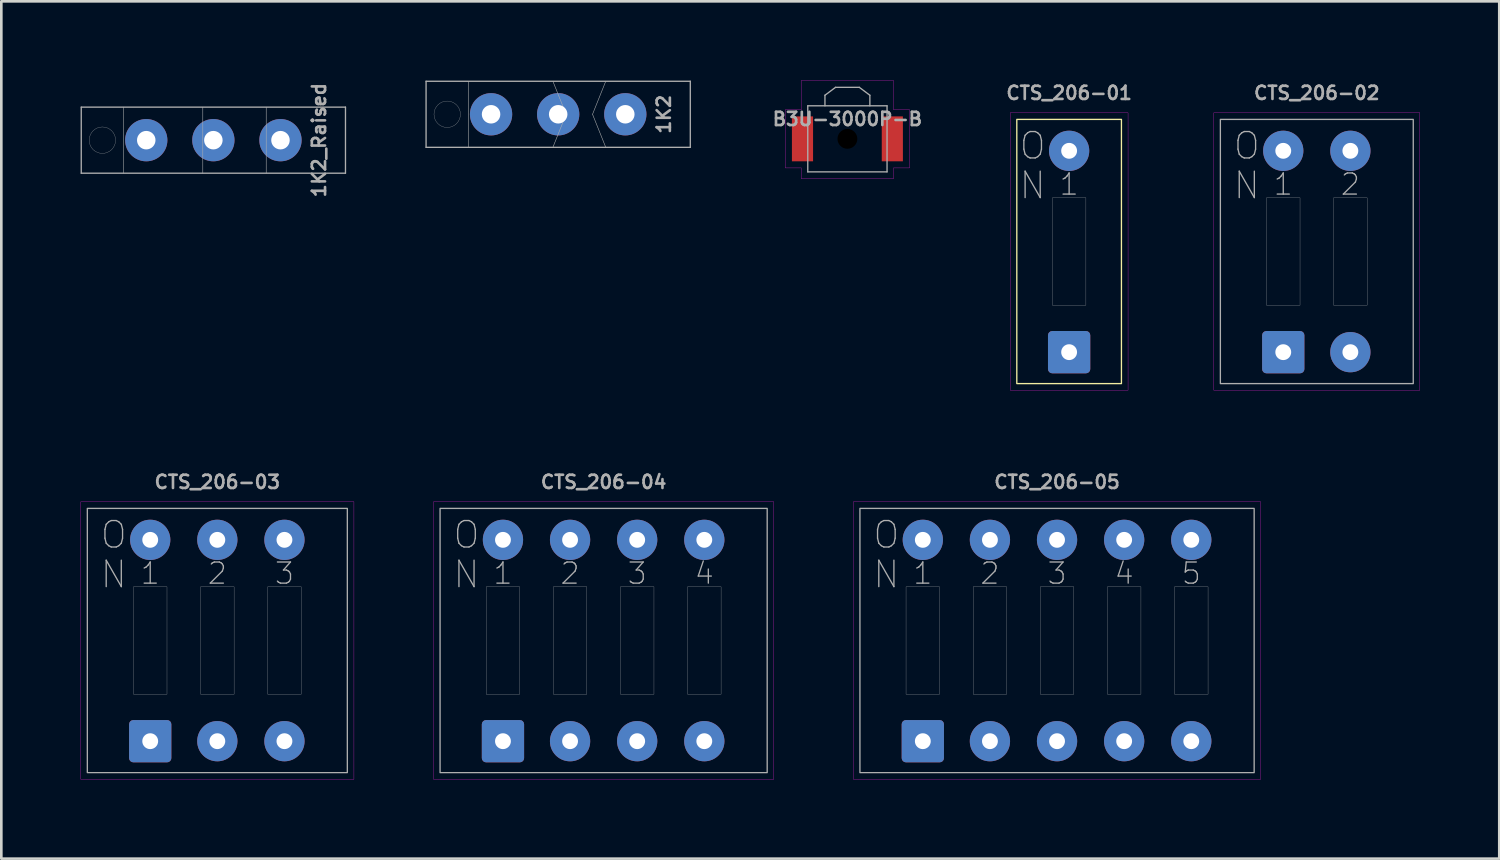
<source format=kicad_pcb>
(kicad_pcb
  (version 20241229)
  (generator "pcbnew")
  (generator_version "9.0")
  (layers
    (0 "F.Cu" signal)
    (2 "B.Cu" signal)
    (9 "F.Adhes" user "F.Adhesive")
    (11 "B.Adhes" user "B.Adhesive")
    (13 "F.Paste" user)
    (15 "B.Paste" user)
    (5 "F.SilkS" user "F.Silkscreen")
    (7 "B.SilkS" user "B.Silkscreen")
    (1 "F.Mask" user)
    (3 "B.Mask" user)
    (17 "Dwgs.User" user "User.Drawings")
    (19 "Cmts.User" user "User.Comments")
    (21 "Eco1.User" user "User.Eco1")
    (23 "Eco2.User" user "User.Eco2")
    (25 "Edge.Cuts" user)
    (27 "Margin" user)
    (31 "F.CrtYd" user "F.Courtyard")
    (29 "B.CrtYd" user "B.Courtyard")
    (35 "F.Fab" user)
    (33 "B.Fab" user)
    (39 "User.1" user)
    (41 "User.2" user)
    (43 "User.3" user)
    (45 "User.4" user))
  (footprint "1K2_Raised"
    (layer "F.Cu")
    (at 5.025 2.255)
    (property "Reference" "1K2_Raised" (at 4 0 90) (layer "F.Fab") (effects (font (size 0.5 0.5) (thickness 0.1))))
    (attr through_hole)
    (fp_line (start -5 -1.25) (end -5 1.25) (stroke (width 0.05) (type solid)) (layer "F.Fab"))
    (fp_line (start -5 1.25) (end 5 1.25) (stroke (width 0.05) (type solid)) (layer "F.Fab"))
    (fp_line (start -3.4 -1.25) (end -3.4 1.25) (stroke (width 0.02) (type solid)) (layer "F.Fab"))
    (fp_line (start -0.4 -1.25) (end -0.4 1.25) (stroke (width 0.02) (type solid)) (layer "F.Fab"))
    (fp_line (start 2 1.25) (end 2 -1.25) (stroke (width 0.02) (type solid)) (layer "F.Fab"))
    (fp_line (start 5 -1.25) (end -5 -1.25) (stroke (width 0.05) (type solid)) (layer "F.Fab"))
    (fp_line (start 5 1.25) (end 5 -1.25) (stroke (width 0.05) (type solid)) (layer "F.Fab"))
    (fp_circle (center -4.2 0) (end -3.7 0) (stroke (width 0.01) (type solid)) (fill no) (layer "F.Fab"))
    (pad "1" thru_hole circle (at 0 0) (size 1.6 1.6) (drill 0.7) (layers "*.Cu" "*.Mask"))
    (pad "2" thru_hole circle (at 2.54 0) (size 1.6 1.6) (drill 0.7) (layers "*.Cu" "*.Mask"))
    (pad "3" thru_hole circle (at -2.54 0) (size 1.6 1.6) (drill 0.7) (layers "*.Cu" "*.Mask")))
  (footprint "CTS_206-05"
    (layer "F.Cu")
    (at 36.955 21.191)
    (property "Reference" "CTS_206-05" (at 0 -6 0) (layer "F.Fab") (effects (font (size 0.5 0.5) (thickness 0.1))))
    (attr through_hole)
    (fp_rect (start -7.71 -5.25) (end 7.71 5.25) (stroke (width 0.01) (type solid)) (fill no) (layer "F.CrtYd"))
    (fp_line (start -5.715 0) (end -4.445 0) (stroke (width 0.000254) (type solid)) (layer "F.Fab"))
    (fp_line (start -3.175 0) (end -1.905 0) (stroke (width 0.000254) (type solid)) (layer "F.Fab"))
    (fp_line (start -0.635 0) (end 0.635 0) (stroke (width 0.000254) (type solid)) (layer "F.Fab"))
    (fp_line (start 1.905 0) (end 3.175 0) (stroke (width 0.000254) (type solid)) (layer "F.Fab"))
    (fp_line (start 4.445 0) (end 5.715 0) (stroke (width 0.000254) (type solid)) (layer "F.Fab"))
    (fp_rect (start -7.46 -5) (end 7.46 5) (stroke (width 0.05) (type solid)) (fill no) (layer "F.Fab"))
    (fp_rect (start -5.715 -2.032) (end -4.445 2.032) (stroke (width 0.01) (type solid)) (fill no) (layer "F.Fab"))
    (fp_rect (start -3.175 -2.032) (end -1.905 2.032) (stroke (width 0.01) (type solid)) (fill no) (layer "F.Fab"))
    (fp_rect (start -0.635 -2.032) (end 0.635 2.032) (stroke (width 0.01) (type solid)) (fill no) (layer "F.Fab"))
    (fp_rect (start 1.905 -2.032) (end 3.175 2.032) (stroke (width 0.01) (type solid)) (fill no) (layer "F.Fab"))
    (fp_rect (start 4.445 -2.032) (end 5.715 2.032) (stroke (width 0.01) (type solid)) (fill no) (layer "F.Fab"))
    (fp_text user "1" (at -5.08 -2.54 0) (unlocked yes) (layer "F.Fab") (effects (font (size 0.8 0.8) (thickness 0.05))))
    (fp_text user "O" (at -6.46 -4 0) (unlocked yes) (layer "F.Fab") (effects (font (size 1 1) (thickness 0.05))))
    (fp_text user "2" (at -2.54 -2.54 0) (unlocked yes) (layer "F.Fab") (effects (font (size 0.8 0.8) (thickness 0.05))))
    (fp_text user "N" (at -6.46 -2.5 0) (unlocked yes) (layer "F.Fab") (effects (font (size 1 1) (thickness 0.05))))
    (fp_text user "4" (at 2.54 -2.54 0) (unlocked yes) (layer "F.Fab") (effects (font (size 0.8 0.8) (thickness 0.05))))
    (fp_text user "5" (at 5.08 -2.54 0) (unlocked yes) (layer "F.Fab") (effects (font (size 0.8 0.8) (thickness 0.05))))
    (fp_text user "3" (at 0 -2.54 0) (unlocked yes) (layer "F.Fab") (effects (font (size 0.8 0.8) (thickness 0.05))))
    (pad "1" thru_hole roundrect (at -5.08 3.81) (size 1.6 1.6) (drill 0.6) (layers "*.Cu" "*.Mask") (roundrect_rratio 0.1))
    (pad "2" thru_hole circle (at -2.54 3.81) (size 1.524 1.524) (drill 0.6) (layers "*.Cu" "*.Mask"))
    (pad "3" thru_hole circle (at 0 3.81) (size 1.524 1.524) (drill 0.6) (layers "*.Cu" "*.Mask"))
    (pad "4" thru_hole circle (at 2.54 3.81) (size 1.524 1.524) (drill 0.6) (layers "*.Cu" "*.Mask"))
    (pad "5" thru_hole circle (at 5.08 3.81) (size 1.524 1.524) (drill 0.6) (layers "*.Cu" "*.Mask"))
    (pad "6" thru_hole circle (at 5.08 -3.81) (size 1.524 1.524) (drill 0.6) (layers "*.Cu" "*.Mask"))
    (pad "7" thru_hole circle (at 2.54 -3.81) (size 1.524 1.524) (drill 0.6) (layers "*.Cu" "*.Mask"))
    (pad "8" thru_hole circle (at 0 -3.81) (size 1.524 1.524) (drill 0.6) (layers "*.Cu" "*.Mask"))
    (pad "9" thru_hole circle (at -2.54 -3.81) (size 1.524 1.524) (drill 0.6) (layers "*.Cu" "*.Mask"))
    (pad "10" thru_hole circle (at -5.08 -3.81) (size 1.524 1.524) (drill 0.6) (layers "*.Cu" "*.Mask")))
  (footprint "CTS_206-01"
    (layer "F.Cu")
    (at 37.412 6.468)
    (property "Reference" "CTS_206-01" (at 0 -6 0) (layer "F.Fab") (effects (font (size 0.5 0.5) (thickness 0.1))))
    (attr through_hole)
    (fp_rect (start -1.98 -5) (end 1.98 5) (stroke (width 0.05) (type solid)) (fill no) (layer "F.SilkS"))
    (fp_rect (start -2.23 -5.25) (end 2.23 5.25) (stroke (width 0.01) (type solid)) (fill no) (layer "F.CrtYd"))
    (fp_line (start -0.635 0) (end 0.635 0) (stroke (width 0.000254) (type solid)) (layer "F.Fab"))
    (fp_rect (start -0.635 -2.032) (end 0.635 2.032) (stroke (width 0.01) (type solid)) (fill no) (layer "F.Fab"))
    (fp_text user "1" (at 0 -2.54 0) (unlocked yes) (layer "F.Fab") (effects (font (size 0.8 0.8) (thickness 0.05))))
    (fp_text user "O" (at -1.38 -4 0) (unlocked yes) (layer "F.Fab") (effects (font (size 1 1) (thickness 0.05))))
    (fp_text user "N" (at -1.38 -2.5 0) (unlocked yes) (layer "F.Fab") (effects (font (size 1 1) (thickness 0.05))))
    (pad "1" thru_hole roundrect (at 0 3.81) (size 1.6 1.6) (drill 0.6) (layers "*.Cu" "*.Mask") (roundrect_rratio 0.1))
    (pad "2" thru_hole circle (at 0 -3.81) (size 1.524 1.524) (drill 0.6) (layers "*.Cu" "*.Mask")))
  (footprint "CTS_206-03"
    (layer "F.Cu")
    (at 5.175 21.191)
    (property "Reference" "CTS_206-03" (at 0 -6 0) (layer "F.Fab") (effects (font (size 0.5 0.5) (thickness 0.1))))
    (attr through_hole)
    (fp_rect (start -5.17 -5.25) (end 5.17 5.25) (stroke (width 0.01) (type solid)) (fill no) (layer "F.CrtYd"))
    (fp_line (start -3.175 0) (end -1.905 0) (stroke (width 0.000254) (type solid)) (layer "F.Fab"))
    (fp_line (start -0.635 0) (end 0.635 0) (stroke (width 0.000254) (type solid)) (layer "F.Fab"))
    (fp_line (start 1.905 0) (end 3.175 0) (stroke (width 0.000254) (type solid)) (layer "F.Fab"))
    (fp_rect (start -4.92 -5) (end 4.92 5) (stroke (width 0.05) (type solid)) (fill no) (layer "F.Fab"))
    (fp_rect (start -3.175 -2.032) (end -1.905 2.032) (stroke (width 0.01) (type solid)) (fill no) (layer "F.Fab"))
    (fp_rect (start -0.635 -2.032) (end 0.635 2.032) (stroke (width 0.01) (type solid)) (fill no) (layer "F.Fab"))
    (fp_rect (start 1.905 -2.032) (end 3.175 2.032) (stroke (width 0.01) (type solid)) (fill no) (layer "F.Fab"))
    (fp_text user "3" (at 2.54 -2.54 0) (unlocked yes) (layer "F.Fab") (effects (font (size 0.8 0.8) (thickness 0.05))))
    (fp_text user "1" (at -2.54 -2.54 0) (unlocked yes) (layer "F.Fab") (effects (font (size 0.8 0.8) (thickness 0.05))))
    (fp_text user "O" (at -3.92 -4 0) (unlocked yes) (layer "F.Fab") (effects (font (size 1 1) (thickness 0.05))))
    (fp_text user "2" (at 0 -2.54 0) (unlocked yes) (layer "F.Fab") (effects (font (size 0.8 0.8) (thickness 0.05))))
    (fp_text user "N" (at -3.92 -2.5 0) (unlocked yes) (layer "F.Fab") (effects (font (size 1 1) (thickness 0.05))))
    (pad "1" thru_hole roundrect (at -2.54 3.81) (size 1.6 1.6) (drill 0.6) (layers "*.Cu" "*.Mask") (roundrect_rratio 0.1))
    (pad "2" thru_hole circle (at 0 3.81) (size 1.524 1.524) (drill 0.6) (layers "*.Cu" "*.Mask"))
    (pad "3" thru_hole circle (at 2.54 3.81) (size 1.524 1.524) (drill 0.6) (layers "*.Cu" "*.Mask"))
    (pad "4" thru_hole circle (at 2.54 -3.81) (size 1.524 1.524) (drill 0.6) (layers "*.Cu" "*.Mask"))
    (pad "5" thru_hole circle (at 0 -3.81) (size 1.524 1.524) (drill 0.6) (layers "*.Cu" "*.Mask"))
    (pad "6" thru_hole circle (at -2.54 -3.81) (size 1.524 1.524) (drill 0.6) (layers "*.Cu" "*.Mask")))
  (footprint "CTS_206-02"
    (layer "F.Cu")
    (at 46.786 6.468)
    (property "Reference" "CTS_206-02" (at 0 -6 0) (layer "F.Fab") (effects (font (size 0.5 0.5) (thickness 0.1))))
    (attr through_hole)
    (fp_rect (start -3.9 -5.25) (end 3.9 5.25) (stroke (width 0.01) (type solid)) (fill no) (layer "F.CrtYd"))
    (fp_line (start -1.905 0) (end -0.635 0) (stroke (width 0.000254) (type solid)) (layer "F.Fab"))
    (fp_line (start 0.635 0) (end 1.905 0) (stroke (width 0.000254) (type solid)) (layer "F.Fab"))
    (fp_rect (start -3.65 -5) (end 3.65 5) (stroke (width 0.05) (type solid)) (fill no) (layer "F.Fab"))
    (fp_rect (start -1.905 -2.032) (end -0.635 2.032) (stroke (width 0.01) (type solid)) (fill no) (layer "F.Fab"))
    (fp_rect (start 0.635 -2.032) (end 1.905 2.032) (stroke (width 0.01) (type solid)) (fill no) (layer "F.Fab"))
    (fp_text user "2" (at 1.27 -2.54 0) (unlocked yes) (layer "F.Fab") (effects (font (size 0.8 0.8) (thickness 0.05))))
    (fp_text user "1" (at -1.27 -2.54 0) (unlocked yes) (layer "F.Fab") (effects (font (size 0.8 0.8) (thickness 0.05))))
    (fp_text user "N" (at -2.65 -2.5 0) (unlocked yes) (layer "F.Fab") (effects (font (size 1 1) (thickness 0.05))))
    (fp_text user "O" (at -2.65 -4 0) (unlocked yes) (layer "F.Fab") (effects (font (size 1 1) (thickness 0.05))))
    (pad "1" thru_hole roundrect (at -1.27 3.81) (size 1.6 1.6) (drill 0.6) (layers "*.Cu" "*.Mask") (roundrect_rratio 0.1))
    (pad "2" thru_hole circle (at 1.27 3.81) (size 1.524 1.524) (drill 0.6) (layers "*.Cu" "*.Mask"))
    (pad "3" thru_hole circle (at 1.27 -3.81) (size 1.524 1.524) (drill 0.6) (layers "*.Cu" "*.Mask"))
    (pad "4" thru_hole circle (at -1.27 -3.81) (size 1.524 1.524) (drill 0.6) (layers "*.Cu" "*.Mask")))
  (footprint "CTS_206-04"
    (layer "F.Cu")
    (at 19.795 21.191)
    (property "Reference" "CTS_206-04" (at 0 -6 0) (layer "F.Fab") (effects (font (size 0.5 0.5) (thickness 0.1))))
    (attr through_hole)
    (fp_rect (start -6.44 -5.25) (end 6.44 5.25) (stroke (width 0.01) (type solid)) (fill no) (layer "F.CrtYd"))
    (fp_line (start -4.445 0) (end -3.175 0) (stroke (width 0.000254) (type solid)) (layer "F.Fab"))
    (fp_line (start -1.905 0) (end -0.635 0) (stroke (width 0.000254) (type solid)) (layer "F.Fab"))
    (fp_line (start 0.635 0) (end 1.905 0) (stroke (width 0.000254) (type solid)) (layer "F.Fab"))
    (fp_line (start 3.175 0) (end 4.445 0) (stroke (width 0.000254) (type solid)) (layer "F.Fab"))
    (fp_rect (start -6.19 -5) (end 6.19 5) (stroke (width 0.05) (type solid)) (fill no) (layer "F.Fab"))
    (fp_rect (start -4.445 -2.032) (end -3.175 2.032) (stroke (width 0.01) (type solid)) (fill no) (layer "F.Fab"))
    (fp_rect (start -1.905 -2.032) (end -0.635 2.032) (stroke (width 0.01) (type solid)) (fill no) (layer "F.Fab"))
    (fp_rect (start 0.635 -2.032) (end 1.905 2.032) (stroke (width 0.01) (type solid)) (fill no) (layer "F.Fab"))
    (fp_rect (start 3.175 -2.032) (end 4.445 2.032) (stroke (width 0.01) (type solid)) (fill no) (layer "F.Fab"))
    (fp_text user "2" (at -1.27 -2.54 0) (unlocked yes) (layer "F.Fab") (effects (font (size 0.8 0.8) (thickness 0.05))))
    (fp_text user "O" (at -5.19 -4 0) (unlocked yes) (layer "F.Fab") (effects (font (size 1 1) (thickness 0.05))))
    (fp_text user "1" (at -3.81 -2.54 0) (unlocked yes) (layer "F.Fab") (effects (font (size 0.8 0.8) (thickness 0.05))))
    (fp_text user "N" (at -5.19 -2.5 0) (unlocked yes) (layer "F.Fab") (effects (font (size 1 1) (thickness 0.05))))
    (fp_text user "3" (at 1.27 -2.54 0) (unlocked yes) (layer "F.Fab") (effects (font (size 0.8 0.8) (thickness 0.05))))
    (fp_text user "4" (at 3.81 -2.54 0) (unlocked yes) (layer "F.Fab") (effects (font (size 0.8 0.8) (thickness 0.05))))
    (pad "1" thru_hole roundrect (at -3.81 3.81) (size 1.6 1.6) (drill 0.6) (layers "*.Cu" "*.Mask") (roundrect_rratio 0.1))
    (pad "2" thru_hole circle (at -1.27 3.81) (size 1.524 1.524) (drill 0.6) (layers "*.Cu" "*.Mask"))
    (pad "3" thru_hole circle (at 1.27 3.81) (size 1.524 1.524) (drill 0.6) (layers "*.Cu" "*.Mask"))
    (pad "4" thru_hole circle (at 3.81 3.81) (size 1.524 1.524) (drill 0.6) (layers "*.Cu" "*.Mask"))
    (pad "5" thru_hole circle (at 3.81 -3.81) (size 1.524 1.524) (drill 0.6) (layers "*.Cu" "*.Mask"))
    (pad "6" thru_hole circle (at 1.27 -3.81) (size 1.524 1.524) (drill 0.6) (layers "*.Cu" "*.Mask"))
    (pad "7" thru_hole circle (at -1.27 -3.81) (size 1.524 1.524) (drill 0.6) (layers "*.Cu" "*.Mask"))
    (pad "8" thru_hole circle (at -3.81 -3.81) (size 1.524 1.524) (drill 0.6) (layers "*.Cu" "*.Mask")))
  (footprint "B3U-3000P-B"
    (layer "F.Cu")
    (at 29.021 2.205)
    (property "Reference" "B3U-3000P-B" (at 0 -0.75 0) (layer "F.Fab") (effects (font (size 0.5 0.5) (thickness 0.1))))
    (attr smd)
    (fp_line (start -2.35 -1.1) (end -2.35 1.1) (stroke (width 0.01) (type solid)) (layer "F.CrtYd"))
    (fp_line (start -2.35 -1.1) (end -1.75 -1.1) (stroke (width 0.01) (type default)) (layer "F.CrtYd"))
    (fp_line (start -1.75 -1.1) (end -1.75 -2.2) (stroke (width 0.01) (type default)) (layer "F.CrtYd"))
    (fp_line (start -1.75 1.1) (end -2.35 1.1) (stroke (width 0.01) (type default)) (layer "F.CrtYd"))
    (fp_line (start -1.75 1.5) (end -1.75 1.1) (stroke (width 0.01) (type default)) (layer "F.CrtYd"))
    (fp_line (start -1.75 1.5) (end 1.75 1.5) (stroke (width 0.01) (type solid)) (layer "F.CrtYd"))
    (fp_line (start 1.75 -2.2) (end -1.75 -2.2) (stroke (width 0.01) (type solid)) (layer "F.CrtYd"))
    (fp_line (start 1.75 -1.1) (end 1.75 -2.2) (stroke (width 0.01) (type default)) (layer "F.CrtYd"))
    (fp_line (start 1.75 1.1) (end 2.35 1.1) (stroke (width 0.01) (type default)) (layer "F.CrtYd"))
    (fp_line (start 1.75 1.5) (end 1.75 1.1) (stroke (width 0.01) (type default)) (layer "F.CrtYd"))
    (fp_line (start 2.35 -1.1) (end 1.75 -1.1) (stroke (width 0.01) (type default)) (layer "F.CrtYd"))
    (fp_line (start 2.35 1.1) (end 2.35 -1.1) (stroke (width 0.01) (type solid)) (layer "F.CrtYd"))
    (fp_line (start -1.5 -1.25) (end 1.5 -1.25) (stroke (width 0.05) (type solid)) (layer "F.Fab"))
    (fp_line (start -1.5 1.25) (end -1.5 -1.25) (stroke (width 0.05) (type solid)) (layer "F.Fab"))
    (fp_line (start -0.85 -1.65) (end -0.45 -1.95) (stroke (width 0.05) (type default)) (layer "F.Fab"))
    (fp_line (start -0.85 -1.25) (end -0.85 -1.65) (stroke (width 0.05) (type default)) (layer "F.Fab"))
    (fp_line (start 0.45 -1.95) (end -0.45 -1.95) (stroke (width 0.05) (type default)) (layer "F.Fab"))
    (fp_line (start 0.85 -1.65) (end 0.45 -1.95) (stroke (width 0.05) (type default)) (layer "F.Fab"))
    (fp_line (start 0.85 -1.25) (end 0.85 -1.65) (stroke (width 0.05) (type default)) (layer "F.Fab"))
    (fp_line (start 1.5 -1.25) (end 1.5 1.25) (stroke (width 0.05) (type solid)) (layer "F.Fab"))
    (fp_line (start 1.5 1.25) (end -1.5 1.25) (stroke (width 0.05) (type solid)) (layer "F.Fab"))
    (pad "" np_thru_hole circle (at 0 0) (size 0.75 0.75) (drill 0.75) (layers "*.Mask"))
    (pad "1" smd rect (at -1.7 0) (size 0.8 1.7) (layers "F.Cu" "F.Mask" "F.Paste"))
    (pad "2" smd rect (at 1.7 0) (size 0.8 1.7) (layers "F.Cu" "F.Mask" "F.Paste")))
  (footprint "1K2"
    (layer "F.Cu")
    (at 18.075 1.275)
    (property "Reference" "1K2" (at 4 0 90) (layer "F.Fab") (effects (font (size 0.5 0.5) (thickness 0.1))))
    (attr through_hole)
    (fp_line (start -5 -1.25) (end -5 1.25) (stroke (width 0.05) (type solid)) (layer "F.Fab"))
    (fp_line (start -5 1.25) (end 5 1.25) (stroke (width 0.05) (type solid)) (layer "F.Fab"))
    (fp_line (start -3.4 -1.25) (end -3.4 1.25) (stroke (width 0.02) (type solid)) (layer "F.Fab"))
    (fp_line (start -0.2 1.25) (end 0.3 0) (stroke (width 0.02) (type solid)) (layer "F.Fab"))
    (fp_line (start 0.3 0) (end -0.2 -1.25) (stroke (width 0.02) (type solid)) (layer "F.Fab"))
    (fp_line (start 1.3 0) (end 1.8 1.25) (stroke (width 0.02) (type solid)) (layer "F.Fab"))
    (fp_line (start 1.8 -1.25) (end 1.3 0) (stroke (width 0.02) (type solid)) (layer "F.Fab"))
    (fp_line (start 5 -1.25) (end -5 -1.25) (stroke (width 0.05) (type solid)) (layer "F.Fab"))
    (fp_line (start 5 1.25) (end 5 -1.25) (stroke (width 0.05) (type solid)) (layer "F.Fab"))
    (fp_circle (center -4.2 0) (end -3.7 0) (stroke (width 0.01) (type solid)) (fill no) (layer "F.Fab"))
    (pad "1" thru_hole circle (at 0 0) (size 1.6 1.6) (drill 0.7) (layers "*.Cu" "*.Mask"))
    (pad "2" thru_hole circle (at 2.54 0) (size 1.6 1.6) (drill 0.7) (layers "*.Cu" "*.Mask"))
    (pad "3" thru_hole circle (at -2.54 0) (size 1.6 1.6) (drill 0.7) (layers "*.Cu" "*.Mask")))
  (gr_rect
    (start -3 -3)
    (end 53.691 29.446)
    (stroke (width 0.1) (type default))
    (fill no)
    (layer "Edge.Cuts")))
</source>
